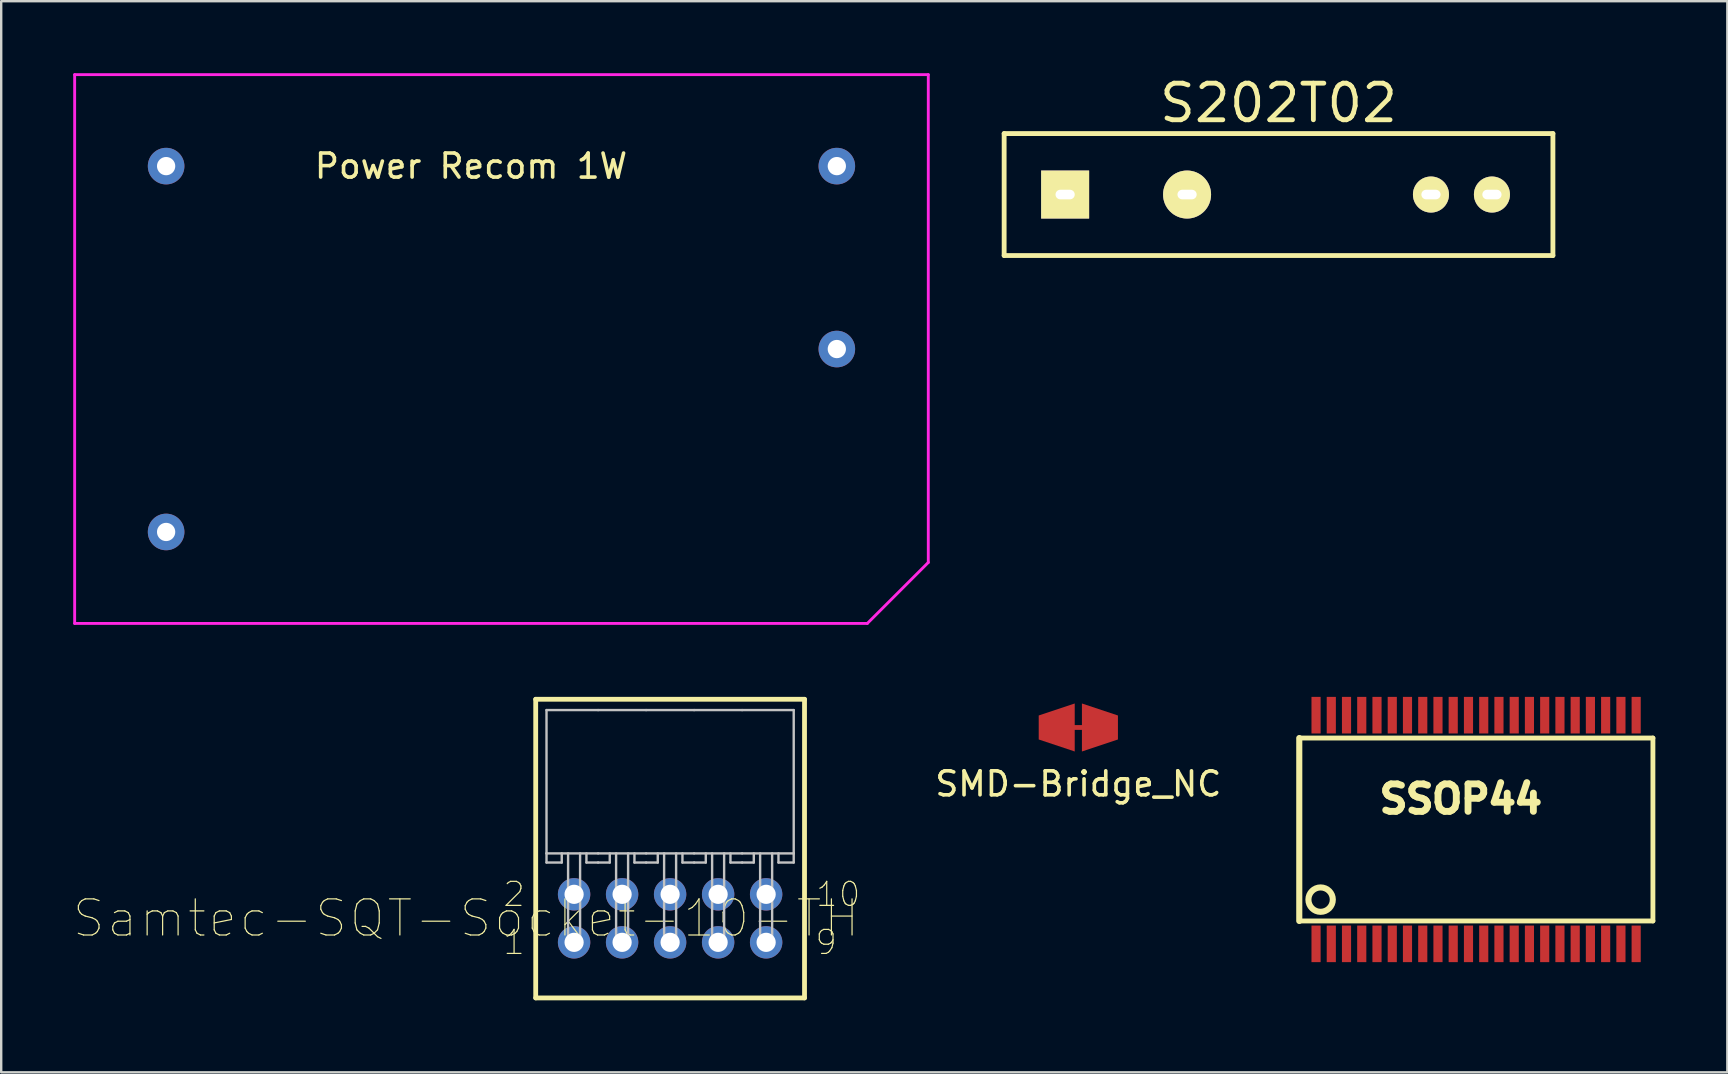
<source format=kicad_pcb>
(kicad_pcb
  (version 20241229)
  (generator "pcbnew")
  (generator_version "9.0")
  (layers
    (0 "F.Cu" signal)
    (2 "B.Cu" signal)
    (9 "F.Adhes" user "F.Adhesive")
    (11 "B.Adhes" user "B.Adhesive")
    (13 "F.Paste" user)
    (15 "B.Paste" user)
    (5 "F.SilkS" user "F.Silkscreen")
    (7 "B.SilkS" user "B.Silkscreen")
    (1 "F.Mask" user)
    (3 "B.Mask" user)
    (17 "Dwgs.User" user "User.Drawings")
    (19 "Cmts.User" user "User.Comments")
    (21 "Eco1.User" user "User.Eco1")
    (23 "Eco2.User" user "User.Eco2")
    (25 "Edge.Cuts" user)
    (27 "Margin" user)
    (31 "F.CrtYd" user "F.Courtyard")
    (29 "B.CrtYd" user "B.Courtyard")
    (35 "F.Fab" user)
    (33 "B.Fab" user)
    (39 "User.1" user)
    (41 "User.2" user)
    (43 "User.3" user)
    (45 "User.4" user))
  (footprint "Power Recom 1W"
    (layer "F.Cu")
    (at 16.57 11.49)
    (property "Reference" "Power Recom 1W" (at 0 -7.62 0) (unlocked yes) (layer "F.SilkS") (effects (font (size 1 1) (thickness 0.15))))
    (attr through_hole)
    (fp_line (start -16.51 -11.43) (end 19.05 -11.43) (stroke (width 0.12) (type solid)) (layer "F.CrtYd"))
    (fp_line (start -16.51 11.43) (end -16.51 -11.43) (stroke (width 0.12) (type solid)) (layer "F.CrtYd"))
    (fp_line (start 16.51 11.43) (end -16.51 11.43) (stroke (width 0.12) (type solid)) (layer "F.CrtYd"))
    (fp_line (start 19.05 -11.43) (end 19.05 8.89) (stroke (width 0.12) (type solid)) (layer "F.CrtYd"))
    (fp_line (start 19.05 8.89) (end 16.51 11.43) (stroke (width 0.12) (type solid)) (layer "F.CrtYd"))
    (pad "1" thru_hole circle (at -12.7 7.62) (size 1.524 1.524) (drill 0.762) (layers "*.Cu" "*.Mask"))
    (pad "2" thru_hole circle (at -12.7 -7.62) (size 1.524 1.524) (drill 0.762) (layers "*.Cu" "*.Mask"))
    (pad "3" thru_hole circle (at 15.24 -7.62) (size 1.524 1.524) (drill 0.762) (layers "*.Cu" "*.Mask"))
    (pad "4" thru_hole circle (at 15.24 0) (size 1.524 1.524) (drill 0.762) (layers "*.Cu" "*.Mask")))
  (footprint "Samtec-SQT-Socket-10-TH"
    (layer "F.Cu")
    (at 24.865 29.705)
    (property "Reference" "Samtec-SQT-Socket-10-TH" (at -8.5 5.5 0) (layer "F.SilkS") (effects (font (size 1.504 1.504) (thickness 0.05))))
    (attr through_hole)
    (fp_circle (center -4 4.5) (end -3.3 4.5) (stroke (width 0.1) (type solid)) (fill no) (layer "F.Mask"))
    (fp_circle (center -4 6.5) (end -3.3 6.5) (stroke (width 0.1) (type solid)) (fill no) (layer "F.Mask"))
    (fp_circle (center -2 4.5) (end -1.3 4.5) (stroke (width 0.1) (type solid)) (fill no) (layer "F.Mask"))
    (fp_circle (center -2 6.5) (end -1.3 6.5) (stroke (width 0.1) (type solid)) (fill no) (layer "F.Mask"))
    (fp_circle (center 0 4.5) (end 0.7 4.5) (stroke (width 0.1) (type solid)) (fill no) (layer "F.Mask"))
    (fp_circle (center 0 6.5) (end 0.7 6.5) (stroke (width 0.1) (type solid)) (fill no) (layer "F.Mask"))
    (fp_circle (center 2 4.5) (end 2.7 4.5) (stroke (width 0.1) (type solid)) (fill no) (layer "F.Mask"))
    (fp_circle (center 2 6.5) (end 2.7 6.5) (stroke (width 0.1) (type solid)) (fill no) (layer "F.Mask"))
    (fp_circle (center 4 4.5) (end 4.7 4.5) (stroke (width 0.1) (type solid)) (fill no) (layer "F.Mask"))
    (fp_circle (center 4 6.5) (end 4.7 6.5) (stroke (width 0.1) (type solid)) (fill no) (layer "F.Mask"))
    (fp_circle (center -4 4.5) (end -3.3 4.5) (stroke (width 0.1) (type solid)) (fill no) (layer "B.Mask"))
    (fp_circle (center -4 6.5) (end -3.3 6.5) (stroke (width 0.1) (type solid)) (fill no) (layer "B.Mask"))
    (fp_circle (center -2 4.5) (end -1.3 4.5) (stroke (width 0.1) (type solid)) (fill no) (layer "B.Mask"))
    (fp_circle (center -2 6.5) (end -1.3 6.5) (stroke (width 0.1) (type solid)) (fill no) (layer "B.Mask"))
    (fp_circle (center 0 4.5) (end 0.7 4.5) (stroke (width 0.1) (type solid)) (fill no) (layer "B.Mask"))
    (fp_circle (center 0 6.5) (end 0.7 6.5) (stroke (width 0.1) (type solid)) (fill no) (layer "B.Mask"))
    (fp_circle (center 2 4.5) (end 2.7 4.5) (stroke (width 0.1) (type solid)) (fill no) (layer "B.Mask"))
    (fp_circle (center 2 6.5) (end 2.7 6.5) (stroke (width 0.1) (type solid)) (fill no) (layer "B.Mask"))
    (fp_circle (center 4 4.5) (end 4.7 4.5) (stroke (width 0.1) (type solid)) (fill no) (layer "B.Mask"))
    (fp_circle (center 4 6.5) (end 4.7 6.5) (stroke (width 0.1) (type solid)) (fill no) (layer "B.Mask"))
    (fp_line (start -5.599 -3.625) (end -5.599 8.815) (stroke (width 0.2) (type solid)) (layer "F.SilkS"))
    (fp_line (start -5.599 8.815) (end 5.599 8.815) (stroke (width 0.2) (type solid)) (layer "F.SilkS"))
    (fp_line (start 5.599 -3.625) (end -5.599 -3.625) (stroke (width 0.2) (type solid)) (layer "F.SilkS"))
    (fp_line (start 5.599 8.815) (end 5.599 -3.625) (stroke (width 0.2) (type solid)) (layer "F.SilkS"))
    (fp_line (start -5.149 -3.175) (end -5.149 2.794) (stroke (width 0.1) (type solid)) (layer "Dwgs.User"))
    (fp_line (start -5.149 2.794) (end -5.149 3.175) (stroke (width 0.1) (type solid)) (layer "Dwgs.User"))
    (fp_line (start -5.149 2.794) (end -3 2.794) (stroke (width 0.1) (type solid)) (layer "Dwgs.User"))
    (fp_line (start -5.149 3.175) (end -4.514 3.175) (stroke (width 0.1) (type solid)) (layer "Dwgs.User"))
    (fp_line (start -4.514 3.175) (end -4.514 2.794) (stroke (width 0.1) (type solid)) (layer "Dwgs.User"))
    (fp_line (start -4.25 2.794) (end -4.25 6.695) (stroke (width 0.1) (type solid)) (layer "Dwgs.User"))
    (fp_line (start -4.25 6.695) (end -3.75 6.695) (stroke (width 0.1) (type solid)) (layer "Dwgs.User"))
    (fp_line (start -3.75 6.695) (end -3.75 2.794) (stroke (width 0.1) (type solid)) (layer "Dwgs.User"))
    (fp_line (start -3.486 2.794) (end -3.486 3.175) (stroke (width 0.1) (type solid)) (layer "Dwgs.User"))
    (fp_line (start -3.486 3.175) (end -3 3.175) (stroke (width 0.1) (type solid)) (layer "Dwgs.User"))
    (fp_line (start -3 -3.175) (end -5.149 -3.175) (stroke (width 0.1) (type solid)) (layer "Dwgs.User"))
    (fp_line (start -3 -3.175) (end -1 -3.175) (stroke (width 0.1) (type solid)) (layer "Dwgs.User"))
    (fp_line (start -3 2.794) (end -1 2.794) (stroke (width 0.1) (type solid)) (layer "Dwgs.User"))
    (fp_line (start -2.514 2.794) (end -2.514 3.175) (stroke (width 0.1) (type solid)) (layer "Dwgs.User"))
    (fp_line (start -2.514 3.175) (end -3 3.175) (stroke (width 0.1) (type solid)) (layer "Dwgs.User"))
    (fp_line (start -2.25 2.794) (end -2.25 6.695) (stroke (width 0.1) (type solid)) (layer "Dwgs.User"))
    (fp_line (start -2.25 6.695) (end -1.75 6.695) (stroke (width 0.1) (type solid)) (layer "Dwgs.User"))
    (fp_line (start -1.75 6.695) (end -1.75 2.794) (stroke (width 0.1) (type solid)) (layer "Dwgs.User"))
    (fp_line (start -1.486 2.794) (end -1.486 3.175) (stroke (width 0.1) (type solid)) (layer "Dwgs.User"))
    (fp_line (start -1.486 3.175) (end -1 3.175) (stroke (width 0.1) (type solid)) (layer "Dwgs.User"))
    (fp_line (start -1 -3.175) (end 1 -3.175) (stroke (width 0.1) (type solid)) (layer "Dwgs.User"))
    (fp_line (start -1 2.794) (end 1 2.794) (stroke (width 0.1) (type solid)) (layer "Dwgs.User"))
    (fp_line (start -0.514 2.794) (end -0.514 3.175) (stroke (width 0.1) (type solid)) (layer "Dwgs.User"))
    (fp_line (start -0.514 3.175) (end -1 3.175) (stroke (width 0.1) (type solid)) (layer "Dwgs.User"))
    (fp_line (start -0.25 2.794) (end -0.25 6.695) (stroke (width 0.1) (type solid)) (layer "Dwgs.User"))
    (fp_line (start -0.25 6.695) (end 0.25 6.695) (stroke (width 0.1) (type solid)) (layer "Dwgs.User"))
    (fp_line (start 0.25 6.695) (end 0.25 2.794) (stroke (width 0.1) (type solid)) (layer "Dwgs.User"))
    (fp_line (start 0.514 2.794) (end 0.514 3.175) (stroke (width 0.1) (type solid)) (layer "Dwgs.User"))
    (fp_line (start 0.514 3.175) (end 1 3.175) (stroke (width 0.1) (type solid)) (layer "Dwgs.User"))
    (fp_line (start 1 -3.175) (end 3 -3.175) (stroke (width 0.1) (type solid)) (layer "Dwgs.User"))
    (fp_line (start 1 2.794) (end 3 2.794) (stroke (width 0.1) (type solid)) (layer "Dwgs.User"))
    (fp_line (start 1.486 2.794) (end 1.486 3.175) (stroke (width 0.1) (type solid)) (layer "Dwgs.User"))
    (fp_line (start 1.486 3.175) (end 1 3.175) (stroke (width 0.1) (type solid)) (layer "Dwgs.User"))
    (fp_line (start 1.75 2.794) (end 1.75 6.695) (stroke (width 0.1) (type solid)) (layer "Dwgs.User"))
    (fp_line (start 1.75 6.695) (end 2.25 6.695) (stroke (width 0.1) (type solid)) (layer "Dwgs.User"))
    (fp_line (start 2.25 6.695) (end 2.25 2.794) (stroke (width 0.1) (type solid)) (layer "Dwgs.User"))
    (fp_line (start 2.514 2.794) (end 2.514 3.175) (stroke (width 0.1) (type solid)) (layer "Dwgs.User"))
    (fp_line (start 2.514 3.175) (end 3 3.175) (stroke (width 0.1) (type solid)) (layer "Dwgs.User"))
    (fp_line (start 3 -3.175) (end 5.149 -3.175) (stroke (width 0.1) (type solid)) (layer "Dwgs.User"))
    (fp_line (start 3.486 2.794) (end 3.486 3.175) (stroke (width 0.1) (type solid)) (layer "Dwgs.User"))
    (fp_line (start 3.486 3.175) (end 3 3.175) (stroke (width 0.1) (type solid)) (layer "Dwgs.User"))
    (fp_line (start 3.75 6.695) (end 3.75 2.794) (stroke (width 0.1) (type solid)) (layer "Dwgs.User"))
    (fp_line (start 4.25 2.794) (end 4.25 6.695) (stroke (width 0.1) (type solid)) (layer "Dwgs.User"))
    (fp_line (start 4.25 6.695) (end 3.75 6.695) (stroke (width 0.1) (type solid)) (layer "Dwgs.User"))
    (fp_line (start 4.514 3.175) (end 4.514 2.794) (stroke (width 0.1) (type solid)) (layer "Dwgs.User"))
    (fp_line (start 5.149 -3.175) (end 5.149 2.794) (stroke (width 0.1) (type solid)) (layer "Dwgs.User"))
    (fp_line (start 5.149 2.794) (end 3 2.794) (stroke (width 0.1) (type solid)) (layer "Dwgs.User"))
    (fp_line (start 5.149 2.794) (end 5.149 3.175) (stroke (width 0.1) (type solid)) (layer "Dwgs.User"))
    (fp_line (start 5.149 3.175) (end 4.514 3.175) (stroke (width 0.1) (type solid)) (layer "Dwgs.User"))
    (fp_poly (pts (xy -5.199 8.415) (xy -5.199 -3.225) (xy 5.199 -3.225) (xy 5.199 8.415) (xy -5.199 8.415)) (stroke (width 0.1) (type solid)) (fill no) (layer "Eco1.User"))
    (fp_text user "1" (at -6.5 6.5 0) (layer "F.SilkS") (effects (font (size 1 1) (thickness 0.05))))
    (fp_text user "9" (at 6.5 6.5 0) (layer "F.SilkS") (effects (font (size 1 1) (thickness 0.05))))
    (fp_text user "2" (at -6.5 4.5 0) (layer "F.SilkS") (effects (font (size 1 1) (thickness 0.05))))
    (fp_text user "10" (at 7 4.5 0) (layer "F.SilkS") (effects (font (size 1 1) (thickness 0.05))))
    (pad "1" thru_hole circle (at -4 6.5) (size 1.35 1.35) (drill 0.8) (layers "*.Cu" "*.Mask"))
    (pad "2" thru_hole circle (at -4 4.5) (size 1.35 1.35) (drill 0.8) (layers "*.Cu" "*.Mask"))
    (pad "3" thru_hole circle (at -2 6.5) (size 1.35 1.35) (drill 0.8) (layers "*.Cu" "*.Mask"))
    (pad "4" thru_hole circle (at -2 4.5) (size 1.35 1.35) (drill 0.8) (layers "*.Cu" "*.Mask"))
    (pad "5" thru_hole circle (at 0 6.5) (size 1.35 1.35) (drill 0.8) (layers "*.Cu" "*.Mask"))
    (pad "6" thru_hole circle (at 0 4.5) (size 1.35 1.35) (drill 0.8) (layers "*.Cu" "*.Mask"))
    (pad "7" thru_hole circle (at 2 6.5) (size 1.35 1.35) (drill 0.8) (layers "*.Cu" "*.Mask"))
    (pad "8" thru_hole circle (at 2 4.5) (size 1.35 1.35) (drill 0.8) (layers "*.Cu" "*.Mask"))
    (pad "9" thru_hole circle (at 4 6.5) (size 1.35 1.35) (drill 0.8) (layers "*.Cu" "*.Mask"))
    (pad "10" thru_hole circle (at 4 4.5) (size 1.35 1.35) (drill 0.8) (layers "*.Cu" "*.Mask")))
  (footprint "SSOP44"
    (layer "F.Cu")
    (at 57.805 31.505)
    (property "Reference" "SSOP44" (at 0 -1.27 0) (layer "F.SilkS") (effects (font (size 1.143 1.143) (thickness 0.287))))
    (attr smd)
    (fp_line (start -6.731 -3.81) (end -6.731 3.81) (stroke (width 0.254) (type solid)) (layer "F.SilkS"))
    (fp_line (start 8.001 -3.81) (end -6.731 -3.81) (stroke (width 0.201) (type solid)) (layer "F.SilkS"))
    (fp_line (start 8.001 -3.81) (end 8.001 3.81) (stroke (width 0.201) (type solid)) (layer "F.SilkS"))
    (fp_line (start 8.001 3.81) (end -6.731 3.81) (stroke (width 0.201) (type solid)) (layer "F.SilkS"))
    (fp_circle (center -5.842 2.921) (end -5.842 2.413) (stroke (width 0.254) (type solid)) (fill no) (layer "F.SilkS"))
    (pad "1" smd rect (at -6.032 4.763) (size 0.381 1.524) (layers "F.Cu" "F.Mask" "F.Paste"))
    (pad "2" smd rect (at -5.397 4.763) (size 0.381 1.524) (layers "F.Cu" "F.Mask" "F.Paste"))
    (pad "3" smd rect (at -4.763 4.763) (size 0.381 1.524) (layers "F.Cu" "F.Mask" "F.Paste"))
    (pad "4" smd rect (at -4.128 4.763) (size 0.381 1.524) (layers "F.Cu" "F.Mask" "F.Paste"))
    (pad "5" smd rect (at -3.493 4.763) (size 0.381 1.524) (layers "F.Cu" "F.Mask" "F.Paste"))
    (pad "6" smd rect (at -2.857 4.763) (size 0.381 1.524) (layers "F.Cu" "F.Mask" "F.Paste"))
    (pad "7" smd rect (at -2.223 4.763) (size 0.381 1.524) (layers "F.Cu" "F.Mask" "F.Paste"))
    (pad "8" smd rect (at -1.587 4.763) (size 0.381 1.524) (layers "F.Cu" "F.Mask" "F.Paste"))
    (pad "9" smd rect (at -0.953 4.763) (size 0.381 1.524) (layers "F.Cu" "F.Mask" "F.Paste"))
    (pad "10" smd rect (at -0.318 4.763) (size 0.381 1.524) (layers "F.Cu" "F.Mask" "F.Paste"))
    (pad "11" smd rect (at 0.318 4.763) (size 0.381 1.524) (layers "F.Cu" "F.Mask" "F.Paste"))
    (pad "12" smd rect (at 0.953 4.763) (size 0.381 1.524) (layers "F.Cu" "F.Mask" "F.Paste"))
    (pad "13" smd rect (at 1.587 4.763) (size 0.381 1.524) (layers "F.Cu" "F.Mask" "F.Paste"))
    (pad "14" smd rect (at 2.223 4.763) (size 0.381 1.524) (layers "F.Cu" "F.Mask" "F.Paste"))
    (pad "15" smd rect (at 2.857 4.763) (size 0.381 1.524) (layers "F.Cu" "F.Mask" "F.Paste"))
    (pad "16" smd rect (at 3.493 4.763) (size 0.381 1.524) (layers "F.Cu" "F.Mask" "F.Paste"))
    (pad "17" smd rect (at 4.128 4.763) (size 0.381 1.524) (layers "F.Cu" "F.Mask" "F.Paste"))
    (pad "18" smd rect (at 4.763 4.763) (size 0.381 1.524) (layers "F.Cu" "F.Mask" "F.Paste"))
    (pad "19" smd rect (at 5.397 4.763) (size 0.381 1.524) (layers "F.Cu" "F.Mask" "F.Paste"))
    (pad "20" smd rect (at 6.032 4.763) (size 0.381 1.524) (layers "F.Cu" "F.Mask" "F.Paste"))
    (pad "21" smd rect (at 6.668 4.763) (size 0.381 1.524) (layers "F.Cu" "F.Mask" "F.Paste"))
    (pad "22" smd rect (at 7.303 4.763) (size 0.381 1.524) (layers "F.Cu" "F.Mask" "F.Paste"))
    (pad "23" smd rect (at 7.303 -4.763) (size 0.381 1.524) (layers "F.Cu" "F.Mask" "F.Paste"))
    (pad "24" smd rect (at 6.668 -4.763) (size 0.381 1.524) (layers "F.Cu" "F.Mask" "F.Paste"))
    (pad "25" smd rect (at 6.032 -4.763) (size 0.381 1.524) (layers "F.Cu" "F.Mask" "F.Paste"))
    (pad "26" smd rect (at 5.397 -4.763) (size 0.381 1.524) (layers "F.Cu" "F.Mask" "F.Paste"))
    (pad "27" smd rect (at 4.763 -4.763) (size 0.381 1.524) (layers "F.Cu" "F.Mask" "F.Paste"))
    (pad "28" smd rect (at 4.128 -4.763) (size 0.381 1.524) (layers "F.Cu" "F.Mask" "F.Paste"))
    (pad "29" smd rect (at 3.493 -4.763) (size 0.381 1.524) (layers "F.Cu" "F.Mask" "F.Paste"))
    (pad "30" smd rect (at 2.857 -4.763) (size 0.381 1.524) (layers "F.Cu" "F.Mask" "F.Paste"))
    (pad "31" smd rect (at 2.223 -4.763) (size 0.381 1.524) (layers "F.Cu" "F.Mask" "F.Paste"))
    (pad "32" smd rect (at 1.587 -4.763) (size 0.381 1.524) (layers "F.Cu" "F.Mask" "F.Paste"))
    (pad "33" smd rect (at 0.953 -4.763) (size 0.381 1.524) (layers "F.Cu" "F.Mask" "F.Paste"))
    (pad "34" smd rect (at 0.318 -4.763) (size 0.381 1.524) (layers "F.Cu" "F.Mask" "F.Paste"))
    (pad "35" smd rect (at -0.318 -4.763) (size 0.381 1.524) (layers "F.Cu" "F.Mask" "F.Paste"))
    (pad "36" smd rect (at -0.953 -4.763) (size 0.381 1.524) (layers "F.Cu" "F.Mask" "F.Paste"))
    (pad "37" smd rect (at -1.587 -4.763) (size 0.381 1.524) (layers "F.Cu" "F.Mask" "F.Paste"))
    (pad "38" smd rect (at -2.223 -4.763) (size 0.381 1.524) (layers "F.Cu" "F.Mask" "F.Paste"))
    (pad "39" smd rect (at -2.857 -4.763) (size 0.381 1.524) (layers "F.Cu" "F.Mask" "F.Paste"))
    (pad "40" smd rect (at -3.493 -4.763) (size 0.381 1.524) (layers "F.Cu" "F.Mask" "F.Paste"))
    (pad "41" smd rect (at -4.128 -4.763) (size 0.381 1.524) (layers "F.Cu" "F.Mask" "F.Paste"))
    (pad "42" smd rect (at -4.763 -4.763) (size 0.381 1.524) (layers "F.Cu" "F.Mask" "F.Paste"))
    (pad "43" smd rect (at -5.397 -4.763) (size 0.381 1.524) (layers "F.Cu" "F.Mask" "F.Paste"))
    (pad "44" smd rect (at -6.032 -4.763) (size 0.381 1.524) (layers "F.Cu" "F.Mask" "F.Paste")))
  (footprint "SMD-Bridge_NC"
    (layer "F.Cu")
    (at 41.87 27.255)
    (property "Reference" "SMD-Bridge_NC" (at 0 2.35 0) (layer "F.SilkS") (effects (font (size 1 1) (thickness 0.15))))
    (attr through_hole)
    (fp_line (start -1.75 -0.6) (end 0 -1.2) (stroke (width 0.15) (type solid)) (layer "F.Mask"))
    (fp_line (start -1.75 0.6) (end -1.75 -0.6) (stroke (width 0.15) (type solid)) (layer "F.Mask"))
    (fp_line (start 0 -1.2) (end 1.75 -0.6) (stroke (width 0.15) (type solid)) (layer "F.Mask"))
    (fp_line (start 0 1.2) (end -1.75 0.6) (stroke (width 0.15) (type solid)) (layer "F.Mask"))
    (fp_line (start 1.75 -0.6) (end 1.75 0.6) (stroke (width 0.15) (type solid)) (layer "F.Mask"))
    (fp_line (start 1.75 0.6) (end 0 1.2) (stroke (width 0.15) (type solid)) (layer "F.Mask"))
    (pad "" smd rect (at 0 0) (size 0.4 0.2) (layers "F.Cu" "F.Mask"))
    (pad "1" smd trapezoid (at -0.9 0 180) (size 1.5 1.5) (rect_delta 0.5 0) (layers "F.Cu" "F.Mask"))
    (pad "2" smd trapezoid (at 0.9 0) (size 1.5 1.5) (rect_delta 0.5 0) (layers "F.Cu" "F.Mask")))
  (footprint "S202T02"
    (layer "F.Cu")
    (at 41.32 5.054)
    (property "Reference" "S202T02" (at 8.89 -3.81 0) (layer "F.SilkS") (effects (font (size 1.524 1.524) (thickness 0.201))))
    (attr through_hole)
    (fp_line (start -2.54 -2.54) (end 20.32 -2.54) (stroke (width 0.201) (type solid)) (layer "F.SilkS"))
    (fp_line (start -2.54 2.54) (end -2.54 -2.54) (stroke (width 0.201) (type solid)) (layer "F.SilkS"))
    (fp_line (start 20.32 -2.54) (end 20.32 2.54) (stroke (width 0.201) (type solid)) (layer "F.SilkS"))
    (fp_line (start 20.32 2.54) (end -2.54 2.54) (stroke (width 0.201) (type solid)) (layer "F.SilkS"))
    (pad "1" thru_hole rect (at 0 0) (size 1.999 1.999) (drill oval 0.8 0.399) (layers "*.Cu" "*.Mask" "F.SilkS"))
    (pad "2" thru_hole circle (at 5.08 0) (size 1.999 1.999) (drill oval 0.8 0.399) (layers "*.Cu" "*.Mask" "F.SilkS"))
    (pad "3" thru_hole circle (at 15.24 0) (size 1.501 1.501) (drill oval 0.8 0.399) (layers "*.Cu" "*.Mask" "F.SilkS"))
    (pad "4" thru_hole circle (at 17.78 0) (size 1.501 1.501) (drill oval 0.8 0.399) (layers "*.Cu" "*.Mask" "F.SilkS")))
  (gr_rect
    (start -3 -3)
    (end 68.906 41.62)
    (stroke (width 0.1) (type default))
    (fill no)
    (layer "Edge.Cuts")))
</source>
